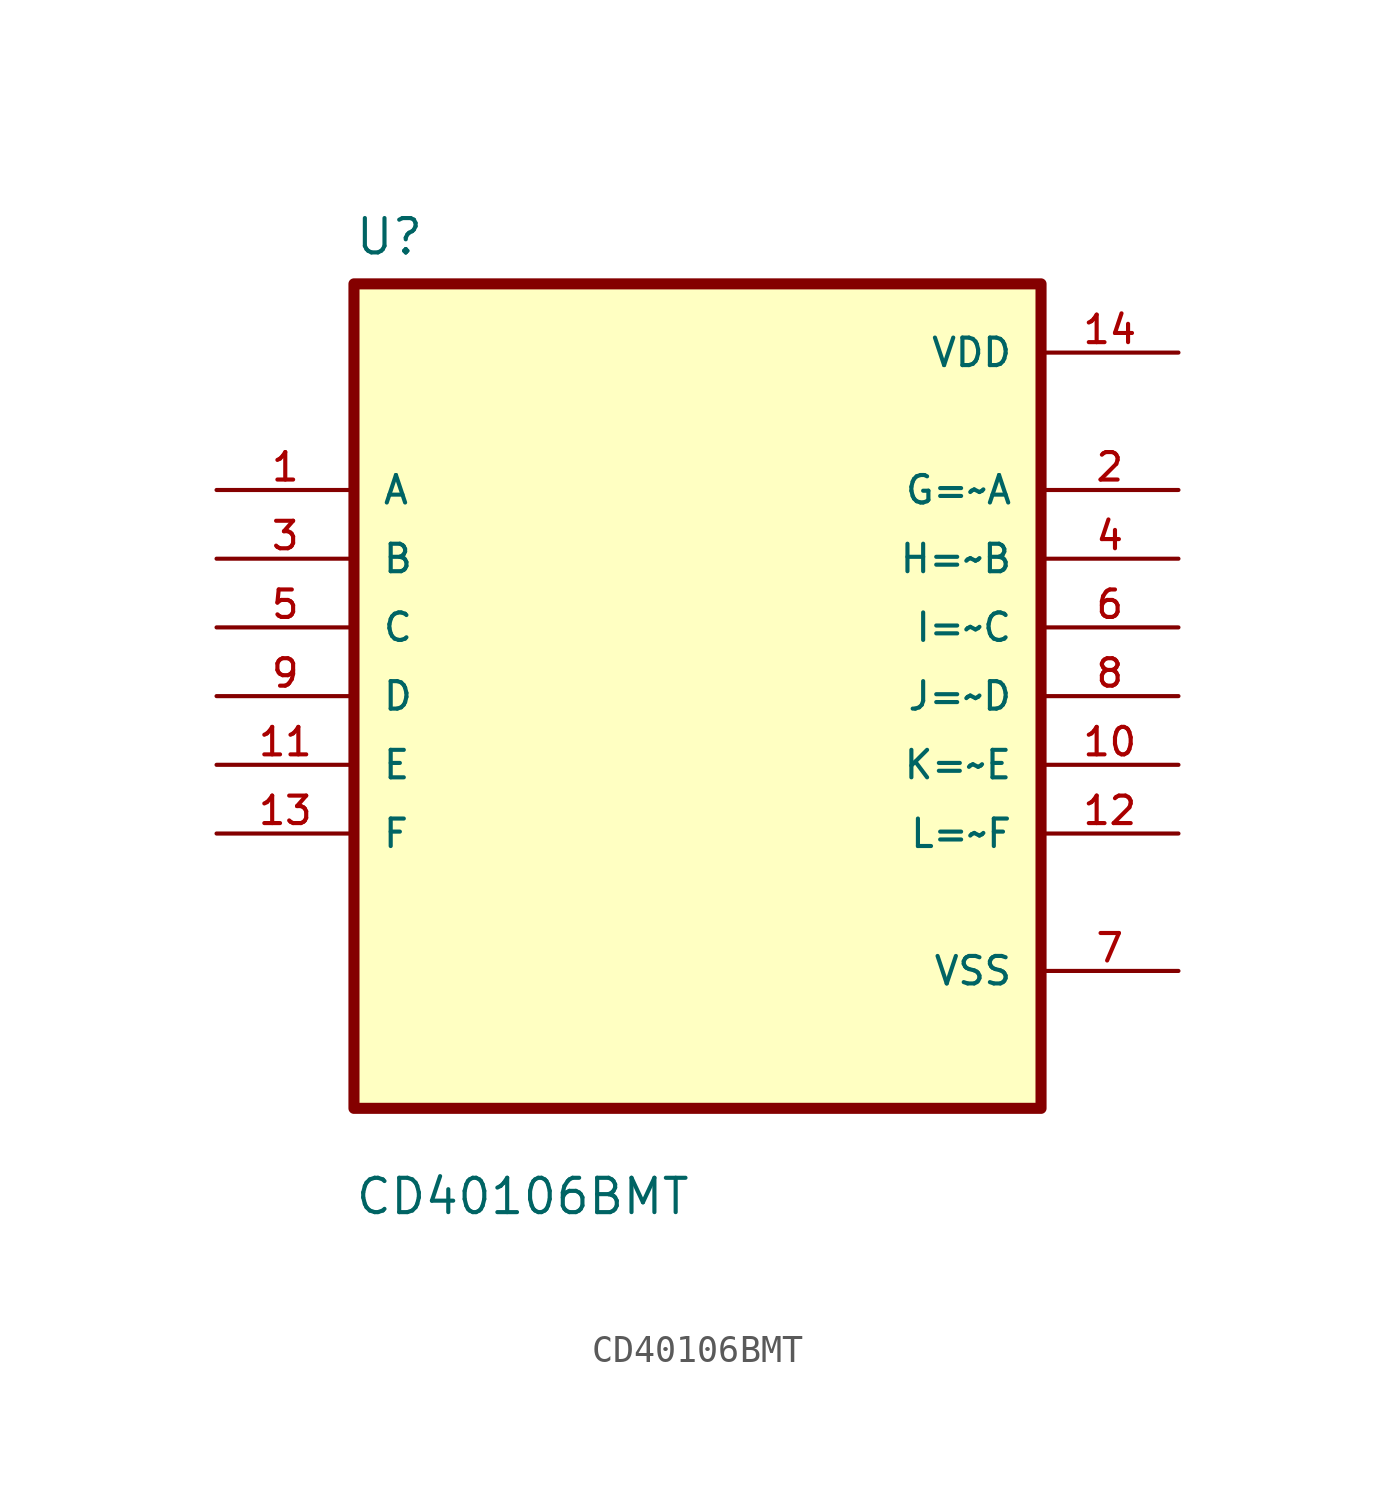
<source format=kicad_sym>
(kicad_symbol_lib
  (version 20211014)
  (generator kicad_symbol_editor)
  (symbol "CD40106BMT"
    (pin_names
      (offset 1.016))
    (property "Reference" "U"
      (at -12.7 16.24 0.0)
      (effects (font (size 1.27 1.27)) (justify bottom left)))
    (property "Value" "CD40106BMT"
      (at -12.7 -19.24 0.0)
      (effects (font (size 1.27 1.27)) (justify bottom left)))
    (symbol "CD40106BMT_0_0"
      (rectangle (start -12.7 -15.24) (end 12.7 15.24) (stroke (width 0.41)) (fill (type background)))
      (pin input line (at -17.78 7.62 0) (length 5.08) (name "A" (effects (font (size 1.016 1.016)))) (number "1" (effects (font (size 1.016 1.016)))))
      (pin input line (at -17.78 5.08 0) (length 5.08) (name "B" (effects (font (size 1.016 1.016)))) (number "3" (effects (font (size 1.016 1.016)))))
      (pin input line (at -17.78 2.54 0) (length 5.08) (name "C" (effects (font (size 1.016 1.016)))) (number "5" (effects (font (size 1.016 1.016)))))
      (pin input line (at -17.78 0.0 0) (length 5.08) (name "D" (effects (font (size 1.016 1.016)))) (number "9" (effects (font (size 1.016 1.016)))))
      (pin input line (at -17.78 -2.54 0) (length 5.08) (name "E" (effects (font (size 1.016 1.016)))) (number "11" (effects (font (size 1.016 1.016)))))
      (pin input line (at -17.78 -5.08 0) (length 5.08) (name "F" (effects (font (size 1.016 1.016)))) (number "13" (effects (font (size 1.016 1.016)))))
      (pin power_in line (at 17.78 12.7 180.0) (length 5.08) (name "VDD" (effects (font (size 1.016 1.016)))) (number "14" (effects (font (size 1.016 1.016)))))
      (pin output line (at 17.78 7.62 180.0) (length 5.08) (name "G=~A" (effects (font (size 1.016 1.016)))) (number "2" (effects (font (size 1.016 1.016)))))
      (pin output line (at 17.78 5.08 180.0) (length 5.08) (name "H=~B" (effects (font (size 1.016 1.016)))) (number "4" (effects (font (size 1.016 1.016)))))
      (pin output line (at 17.78 2.54 180.0) (length 5.08) (name "I=~C" (effects (font (size 1.016 1.016)))) (number "6" (effects (font (size 1.016 1.016)))))
      (pin output line (at 17.78 -8.88178e-16 180.0) (length 5.08) (name "J=~D" (effects (font (size 1.016 1.016)))) (number "8" (effects (font (size 1.016 1.016)))))
      (pin output line (at 17.78 -2.54 180.0) (length 5.08) (name "K=~E" (effects (font (size 1.016 1.016)))) (number "10" (effects (font (size 1.016 1.016)))))
      (pin output line (at 17.78 -5.08 180.0) (length 5.08) (name "L=~F" (effects (font (size 1.016 1.016)))) (number "12" (effects (font (size 1.016 1.016)))))
      (pin power_in line (at 17.78 -10.16 180.0) (length 5.08) (name "VSS" (effects (font (size 1.016 1.016)))) (number "7" (effects (font (size 1.016 1.016))))))))
</source>
